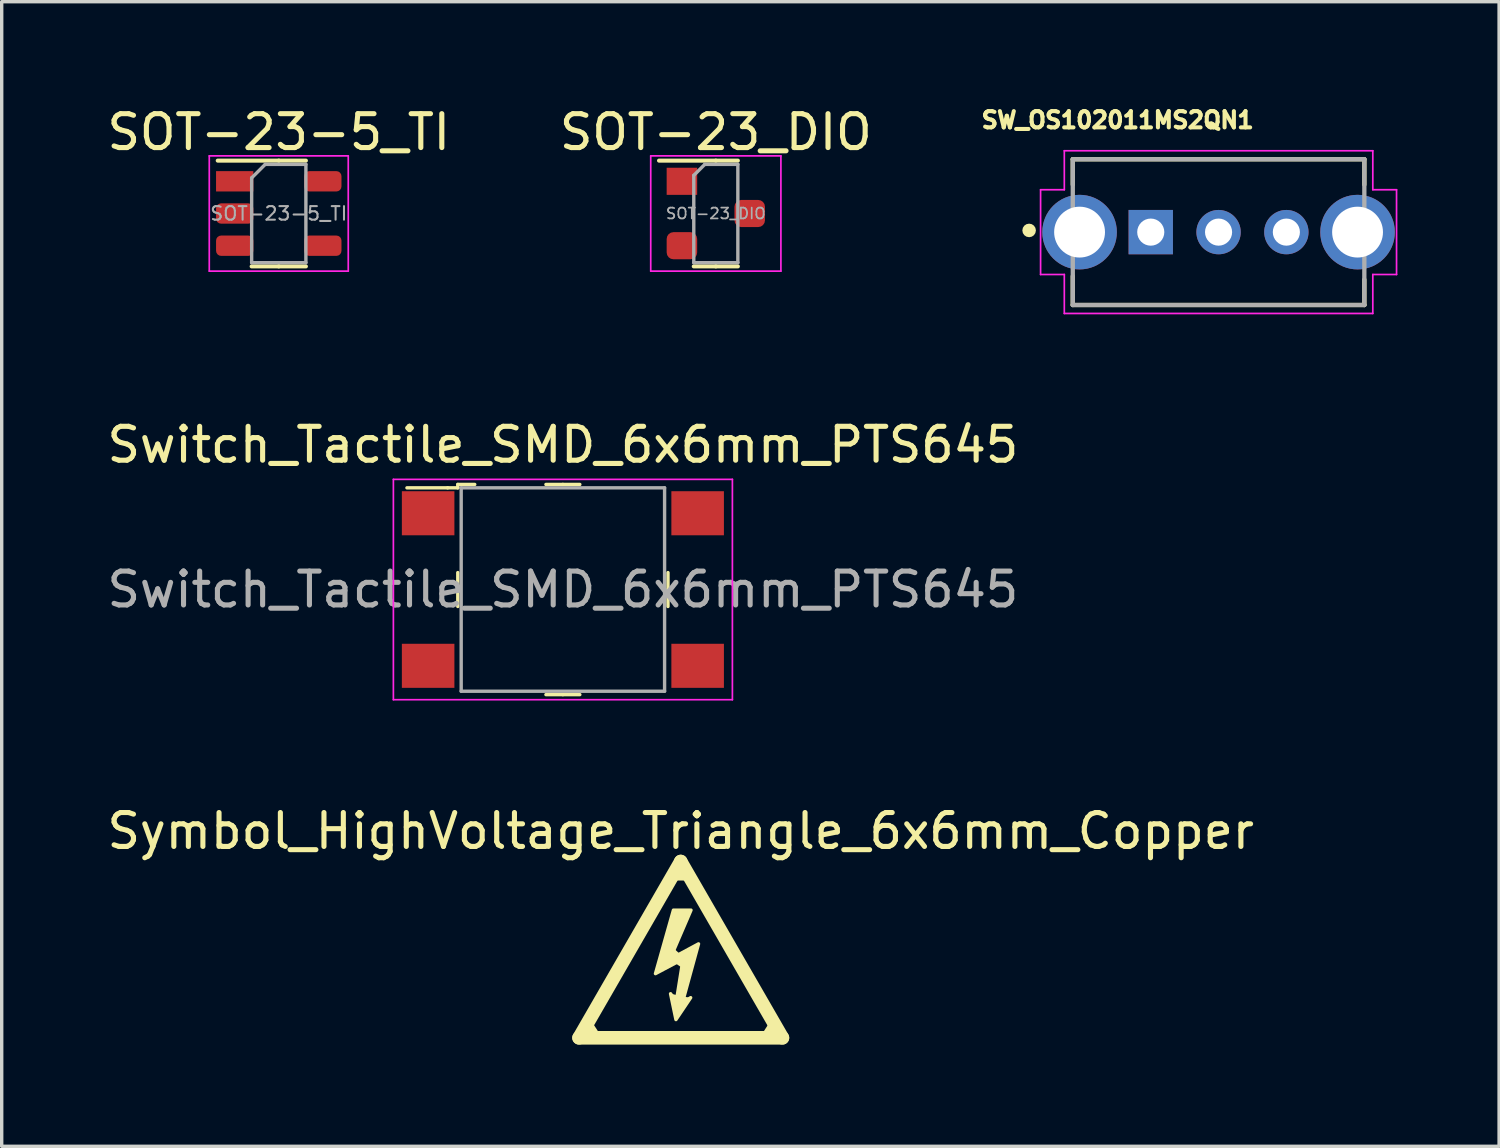
<source format=kicad_pcb>
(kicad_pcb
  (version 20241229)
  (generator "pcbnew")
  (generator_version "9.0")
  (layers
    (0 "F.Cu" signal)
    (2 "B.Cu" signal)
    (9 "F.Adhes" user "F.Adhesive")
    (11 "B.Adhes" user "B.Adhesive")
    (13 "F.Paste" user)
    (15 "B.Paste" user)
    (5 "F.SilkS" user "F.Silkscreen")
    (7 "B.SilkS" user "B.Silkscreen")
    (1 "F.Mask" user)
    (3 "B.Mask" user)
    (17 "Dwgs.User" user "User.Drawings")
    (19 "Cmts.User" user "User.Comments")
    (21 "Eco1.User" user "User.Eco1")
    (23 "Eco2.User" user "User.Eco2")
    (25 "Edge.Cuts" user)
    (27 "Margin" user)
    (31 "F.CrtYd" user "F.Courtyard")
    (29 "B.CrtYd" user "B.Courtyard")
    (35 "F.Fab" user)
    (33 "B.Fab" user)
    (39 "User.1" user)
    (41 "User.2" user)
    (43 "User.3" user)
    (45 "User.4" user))
  (footprint "SW_OS102011MS2QN1"
    (layer "F.Cu")
    (at 32.895 3.797)
    (property "Reference" "SW_OS102011MS2QN1" (at -2.977 -3.305 0) (layer "F.SilkS") (effects (font (size 0.48 0.48) (thickness 0.15))))
    (attr through_hole)
    (fp_line (start -4.3 -2.15) (end -4.3 -1.4) (stroke (width 0.127) (type solid)) (layer "F.SilkS"))
    (fp_line (start -4.3 1.3) (end -4.3 2.15) (stroke (width 0.127) (type solid)) (layer "F.SilkS"))
    (fp_line (start -4.3 2.15) (end 4.3 2.15) (stroke (width 0.127) (type solid)) (layer "F.SilkS"))
    (fp_line (start 4.3 -2.15) (end -4.3 -2.15) (stroke (width 0.127) (type solid)) (layer "F.SilkS"))
    (fp_line (start 4.3 -1.4) (end 4.3 -2.15) (stroke (width 0.127) (type solid)) (layer "F.SilkS"))
    (fp_line (start 4.3 2.15) (end 4.3 1.4) (stroke (width 0.127) (type solid)) (layer "F.SilkS"))
    (fp_circle (center -5.588 -0.05) (end -5.488 -0.05) (stroke (width 0.2) (type solid)) (fill no) (layer "F.SilkS"))
    (fp_line (start -5.25 -1.25) (end -4.55 -1.25) (stroke (width 0.05) (type solid)) (layer "F.CrtYd"))
    (fp_line (start -5.25 1.25) (end -5.25 -1.25) (stroke (width 0.05) (type solid)) (layer "F.CrtYd"))
    (fp_line (start -4.55 -2.4) (end 4.55 -2.4) (stroke (width 0.05) (type solid)) (layer "F.CrtYd"))
    (fp_line (start -4.55 -1.25) (end -4.55 -2.4) (stroke (width 0.05) (type solid)) (layer "F.CrtYd"))
    (fp_line (start -4.55 1.25) (end -5.25 1.25) (stroke (width 0.05) (type solid)) (layer "F.CrtYd"))
    (fp_line (start -4.55 2.4) (end -4.55 1.25) (stroke (width 0.05) (type solid)) (layer "F.CrtYd"))
    (fp_line (start 4.55 -2.4) (end 4.55 -1.25) (stroke (width 0.05) (type solid)) (layer "F.CrtYd"))
    (fp_line (start 4.55 -1.25) (end 5.25 -1.25) (stroke (width 0.05) (type solid)) (layer "F.CrtYd"))
    (fp_line (start 4.55 1.25) (end 4.55 2.4) (stroke (width 0.05) (type solid)) (layer "F.CrtYd"))
    (fp_line (start 4.55 2.4) (end -4.55 2.4) (stroke (width 0.05) (type solid)) (layer "F.CrtYd"))
    (fp_line (start 5.25 -1.25) (end 5.25 1.25) (stroke (width 0.05) (type solid)) (layer "F.CrtYd"))
    (fp_line (start 5.25 1.25) (end 4.55 1.25) (stroke (width 0.05) (type solid)) (layer "F.CrtYd"))
    (fp_line (start -4.3 -2.15) (end 4.3 -2.15) (stroke (width 0.127) (type solid)) (layer "F.Fab"))
    (fp_line (start -4.3 2.15) (end -4.3 -2.15) (stroke (width 0.127) (type solid)) (layer "F.Fab"))
    (fp_line (start 4.3 -2.15) (end 4.3 2.15) (stroke (width 0.127) (type solid)) (layer "F.Fab"))
    (fp_line (start 4.3 2.15) (end -4.3 2.15) (stroke (width 0.127) (type solid)) (layer "F.Fab"))
    (fp_circle (center -2.1 -0.05) (end -2 -0.05) (stroke (width 0.2) (type solid)) (fill no) (layer "F.Fab"))
    (pad "" thru_hole circle (at -4.1 0) (size 2.2 2.2) (drill 1.5) (layers "*.Cu" "*.Mask"))
    (pad "" thru_hole circle (at 4.1 0) (size 2.2 2.2) (drill 1.5) (layers "*.Cu" "*.Mask"))
    (pad "1" thru_hole rect (at -2 0) (size 1.308 1.308) (drill 0.8) (layers "*.Cu" "*.Mask"))
    (pad "2" thru_hole circle (at 0 0) (size 1.308 1.308) (drill 0.8) (layers "*.Cu" "*.Mask"))
    (pad "3" thru_hole circle (at 2 0) (size 1.308 1.308) (drill 0.8) (layers "*.Cu" "*.Mask")))
  (footprint "Symbol_HighVoltage_Triangle_6x6mm_Copper"
    (layer "F.Cu")
    (at 17.03 24.963)
    (property "Reference" "Symbol_HighVoltage_Triangle_6x6mm_Copper" (at 0 -3.5 0) (layer "F.SilkS") (effects (font (size 1 1) (thickness 0.15))))
    (attr exclude_from_pos_files exclude_from_bom allow_missing_courtyard)
    (fp_line (start -3 2.6) (end 0 -2.6) (stroke (width 0.4) (type solid)) (layer "F.SilkS"))
    (fp_line (start -2.457 2.565) (end -2.723 2.155) (stroke (width 0.2) (type default)) (layer "F.SilkS"))
    (fp_line (start -0.28 0.03) (end -0.08 0.21) (stroke (width 0.2) (type default)) (layer "F.SilkS"))
    (fp_line (start -0.26 1.36) (end 0.21 1.46) (stroke (width 0.102) (type default)) (layer "F.SilkS"))
    (fp_line (start -0.135 0.295) (end 0.115 0.465) (stroke (width 0.2) (type default)) (layer "F.SilkS"))
    (fp_line (start -0.125 -2.14) (end 0.125 -2.14) (stroke (width 0.2) (type default)) (layer "F.SilkS"))
    (fp_line (start 0 -2.6) (end 3 2.6) (stroke (width 0.4) (type solid)) (layer "F.SilkS"))
    (fp_line (start 2.467 2.565) (end 2.733 2.155) (stroke (width 0.2) (type default)) (layer "F.SilkS"))
    (fp_line (start 3 2.6) (end -3 2.6) (stroke (width 0.4) (type solid)) (layer "F.SilkS"))
    (fp_poly (pts (xy -0.321 0.284) (xy 0.525 -0.171) (xy 0.049 1.565) (xy 0.293 1.416) (xy -0.141 2.062) (xy -0.3 1.3) (xy -0.131 1.533) (xy 0.07 0.273) (xy -0.745 0.707) (xy -0.215 -1.166) (xy 0.303 -1.166)) (stroke (width 0.1) (type solid)) (fill yes) (layer "F.SilkS")))
  (footprint "SOT-23-5_TI"
    (layer "F.Cu")
    (at 5.173 3.248)
    (property "Reference" "SOT-23-5_TI" (at 0 -2.4 0) (layer "F.SilkS") (effects (font (size 1 1) (thickness 0.15))))
    (attr smd)
    (fp_line (start 0 -1.56) (end -1.8 -1.56) (stroke (width 0.12) (type solid)) (layer "F.SilkS"))
    (fp_line (start 0 -1.56) (end 0.8 -1.56) (stroke (width 0.12) (type solid)) (layer "F.SilkS"))
    (fp_line (start 0 1.56) (end -0.8 1.56) (stroke (width 0.12) (type solid)) (layer "F.SilkS"))
    (fp_line (start 0 1.56) (end 0.8 1.56) (stroke (width 0.12) (type solid)) (layer "F.SilkS"))
    (fp_line (start -2.05 -1.7) (end -2.05 1.7) (stroke (width 0.05) (type solid)) (layer "F.CrtYd"))
    (fp_line (start -2.05 1.7) (end 2.05 1.7) (stroke (width 0.05) (type solid)) (layer "F.CrtYd"))
    (fp_line (start 2.05 -1.7) (end -2.05 -1.7) (stroke (width 0.05) (type solid)) (layer "F.CrtYd"))
    (fp_line (start 2.05 1.7) (end 2.05 -1.7) (stroke (width 0.05) (type solid)) (layer "F.CrtYd"))
    (fp_line (start -0.8 -1.05) (end -0.4 -1.45) (stroke (width 0.1) (type solid)) (layer "F.Fab"))
    (fp_line (start -0.8 1.45) (end -0.8 -1.05) (stroke (width 0.1) (type solid)) (layer "F.Fab"))
    (fp_line (start -0.4 -1.45) (end 0.8 -1.45) (stroke (width 0.1) (type solid)) (layer "F.Fab"))
    (fp_line (start 0.8 -1.45) (end 0.8 1.45) (stroke (width 0.1) (type solid)) (layer "F.Fab"))
    (fp_line (start 0.8 1.45) (end -0.8 1.45) (stroke (width 0.1) (type solid)) (layer "F.Fab"))
    (fp_text user "${REFERENCE}" (at 0 0 0) (layer "F.Fab") (effects (font (size 0.4 0.4) (thickness 0.06))))
    (pad "1" smd rect (at -1.3 -0.95) (size 1.1 0.6) (layers "F.Cu" "F.Mask" "F.Paste"))
    (pad "2" smd roundrect (at -1.3 0) (size 1.1 0.6) (layers "F.Cu" "F.Mask" "F.Paste") (roundrect_rratio 0.25))
    (pad "3" smd roundrect (at -1.3 0.95) (size 1.1 0.6) (layers "F.Cu" "F.Mask" "F.Paste") (roundrect_rratio 0.25))
    (pad "4" smd roundrect (at 1.3 0.95) (size 1.1 0.6) (layers "F.Cu" "F.Mask" "F.Paste") (roundrect_rratio 0.25))
    (pad "5" smd roundrect (at 1.3 -0.95) (size 1.1 0.6) (layers "F.Cu" "F.Mask" "F.Paste") (roundrect_rratio 0.25)))
  (footprint "Switch_Tactile_SMD_6x6mm_PTS645"
    (layer "F.Cu")
    (at 13.554 14.34)
    (property "Reference" "Switch_Tactile_SMD_6x6mm_PTS645" (at 0 -4.27 0) (layer "F.SilkS") (effects (font (size 1 1) (thickness 0.15))))
    (attr smd)
    (fp_line (start -3.4 -3) (end -4.6 -3) (stroke (width 0.1) (type solid)) (layer "F.SilkS"))
    (fp_line (start -3.1 -3.1) (end -3.1 -3) (stroke (width 0.1) (type solid)) (layer "F.SilkS"))
    (fp_line (start -3.1 -3) (end -3.4 -3) (stroke (width 0.1) (type solid)) (layer "F.SilkS"))
    (fp_line (start -3.1 0) (end -3.1 -0.5) (stroke (width 0.1) (type solid)) (layer "F.SilkS"))
    (fp_line (start -3.1 0) (end -3.1 0.5) (stroke (width 0.1) (type solid)) (layer "F.SilkS"))
    (fp_line (start -2.6 -3.1) (end -3.1 -3.1) (stroke (width 0.1) (type solid)) (layer "F.SilkS"))
    (fp_line (start 0 -3.1) (end -0.5 -3.1) (stroke (width 0.1) (type solid)) (layer "F.SilkS"))
    (fp_line (start 0 -3.1) (end 0.5 -3.1) (stroke (width 0.1) (type solid)) (layer "F.SilkS"))
    (fp_line (start 0 3.1) (end -0.5 3.1) (stroke (width 0.1) (type solid)) (layer "F.SilkS"))
    (fp_line (start 0 3.1) (end 0.5 3.1) (stroke (width 0.1) (type solid)) (layer "F.SilkS"))
    (fp_line (start 3.1 0) (end 3.1 -0.5) (stroke (width 0.1) (type solid)) (layer "F.SilkS"))
    (fp_line (start 3.1 0) (end 3.1 0.5) (stroke (width 0.1) (type solid)) (layer "F.SilkS"))
    (fp_line (start -5 -3.25) (end -5 3.25) (stroke (width 0.05) (type solid)) (layer "F.CrtYd"))
    (fp_line (start 5 -3.25) (end -5 -3.25) (stroke (width 0.05) (type solid)) (layer "F.CrtYd"))
    (fp_line (start 5 -3.25) (end 5 3.25) (stroke (width 0.05) (type solid)) (layer "F.CrtYd"))
    (fp_line (start 5 3.25) (end -5 3.25) (stroke (width 0.05) (type solid)) (layer "F.CrtYd"))
    (fp_line (start -3 -3) (end -3 3) (stroke (width 0.1) (type solid)) (layer "F.Fab"))
    (fp_line (start -3 -3) (end 3 -3) (stroke (width 0.1) (type solid)) (layer "F.Fab"))
    (fp_line (start -3 3) (end 3 3) (stroke (width 0.1) (type solid)) (layer "F.Fab"))
    (fp_line (start 3 3) (end 3 -3) (stroke (width 0.1) (type solid)) (layer "F.Fab"))
    (fp_text user "${REFERENCE}" (at 0 0 0) (layer "F.Fab") (effects (font (size 1 1) (thickness 0.15))))
    (pad "1" smd rect (at -3.975 -2.25) (size 1.55 1.3) (layers "F.Cu" "F.Mask" "F.Paste"))
    (pad "2" smd rect (at 3.975 -2.25) (size 1.55 1.3) (layers "F.Cu" "F.Mask" "F.Paste"))
    (pad "3" smd rect (at -3.975 2.25) (size 1.55 1.3) (layers "F.Cu" "F.Mask" "F.Paste"))
    (pad "4" smd rect (at 3.975 2.25) (size 1.55 1.3) (layers "F.Cu" "F.Mask" "F.Paste")))
  (footprint "SOT-23_DIO"
    (layer "F.Cu")
    (at 18.065 3.248)
    (property "Reference" "SOT-23_DIO" (at 0 -2.4 0) (layer "F.SilkS") (effects (font (size 1 1) (thickness 0.15))))
    (attr smd)
    (fp_line (start 0 -1.56) (end -1.675 -1.56) (stroke (width 0.12) (type solid)) (layer "F.SilkS"))
    (fp_line (start 0 -1.56) (end 0.65 -1.56) (stroke (width 0.12) (type solid)) (layer "F.SilkS"))
    (fp_line (start 0 1.56) (end -0.65 1.56) (stroke (width 0.12) (type solid)) (layer "F.SilkS"))
    (fp_line (start 0 1.56) (end 0.65 1.56) (stroke (width 0.12) (type solid)) (layer "F.SilkS"))
    (fp_line (start -1.92 -1.7) (end -1.92 1.7) (stroke (width 0.05) (type solid)) (layer "F.CrtYd"))
    (fp_line (start -1.92 1.7) (end 1.92 1.7) (stroke (width 0.05) (type solid)) (layer "F.CrtYd"))
    (fp_line (start 1.92 -1.7) (end -1.92 -1.7) (stroke (width 0.05) (type solid)) (layer "F.CrtYd"))
    (fp_line (start 1.92 1.7) (end 1.92 -1.7) (stroke (width 0.05) (type solid)) (layer "F.CrtYd"))
    (fp_line (start -0.65 -1.125) (end -0.325 -1.45) (stroke (width 0.1) (type solid)) (layer "F.Fab"))
    (fp_line (start -0.65 1.45) (end -0.65 -1.125) (stroke (width 0.1) (type solid)) (layer "F.Fab"))
    (fp_line (start -0.325 -1.45) (end 0.65 -1.45) (stroke (width 0.1) (type solid)) (layer "F.Fab"))
    (fp_line (start 0.65 -1.45) (end 0.65 1.45) (stroke (width 0.1) (type solid)) (layer "F.Fab"))
    (fp_line (start 0.65 1.45) (end -0.65 1.45) (stroke (width 0.1) (type solid)) (layer "F.Fab"))
    (fp_text user "${REFERENCE}" (at 0 0 0) (layer "F.Fab") (effects (font (size 0.32 0.32) (thickness 0.05))))
    (pad "1" smd rect (at -1 -0.95) (size 0.9 0.8) (layers "F.Cu" "F.Mask" "F.Paste"))
    (pad "2" smd roundrect (at -1 0.95) (size 0.9 0.8) (layers "F.Cu" "F.Mask" "F.Paste") (roundrect_rratio 0.25))
    (pad "3" smd roundrect (at 1 0) (size 0.9 0.8) (layers "F.Cu" "F.Mask" "F.Paste") (roundrect_rratio 0.25)))
  (gr_rect
    (start -3 -3)
    (end 41.17 30.763)
    (stroke (width 0.1) (type default))
    (fill no)
    (layer "Edge.Cuts")))
</source>
